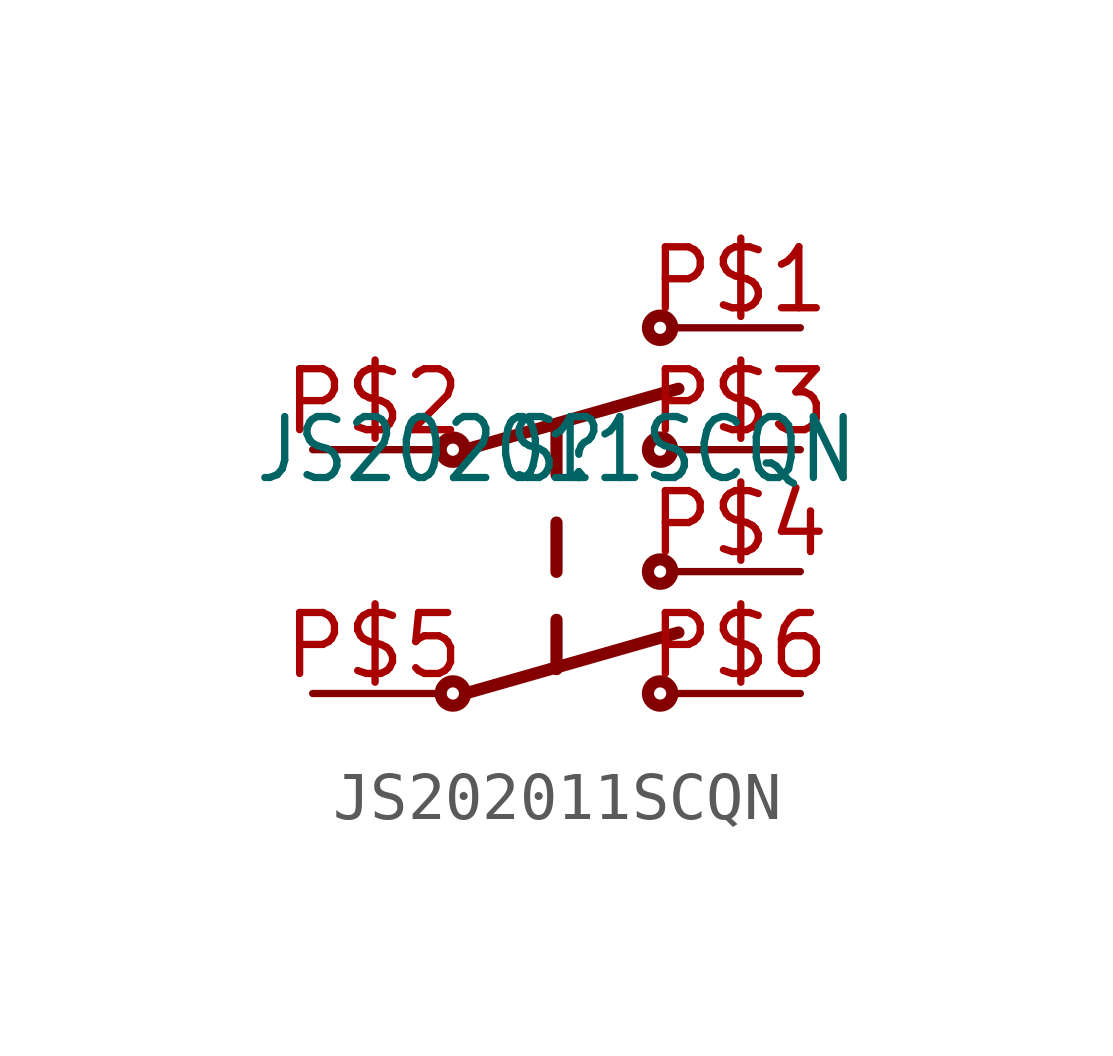
<source format=kicad_sym>
(kicad_symbol_lib
  (version 20211014)
  (generator kicad_symbol_editor)
  (symbol "JS202011SCQN"
    (pin_names
      (offset 1.016) hide)
    (property "Reference" "S"
      (at 0 0 0)
      (effects (font (size 1.27 1.086))))
    (property "Value" "JS202011SCQN"
      (at 0 0 0)
      (effects (font (size 1.27 1.086))))
    (symbol "JS202011SCQN_0_0")
    (symbol "JS202011SCQN_0_1"
      (polyline (pts (xy -1.905 0.0) (xy 2.54 1.27)) (stroke (width 0.254) (type default) (color 0 0 0 0)))
      (polyline (pts (xy -1.905 -5.08) (xy 2.54 -3.81)) (stroke (width 0.254) (type default) (color 0 0 0 0)))
      (polyline (pts (xy 0.0 0.508) (xy 0.0 -0.519)) (stroke (width 0.254) (type default) (color 0 0 0 0)))
      (polyline (pts (xy 0.0 -1.519) (xy 0.0 -2.545)) (stroke (width 0.254) (type default) (color 0 0 0 0)))
      (polyline (pts (xy 0.0 -3.545) (xy 0.0 -4.572)) (stroke (width 0.254) (type default) (color 0 0 0 0)))
      (circle (center -2.159 0) (radius 0.254) (stroke (width 0.254) (type default) (color 0 0 0 0)))
      (circle (center 2.159 2.54) (radius 0.254) (stroke (width 0.254) (type default) (color 0 0 0 0)))
      (circle (center 2.159 0) (radius 0.254) (stroke (width 0.254) (type default) (color 0 0 0 0)))
      (circle (center -2.159 -5.08) (radius 0.254) (stroke (width 0.254) (type default) (color 0 0 0 0)))
      (circle (center 2.159 -2.54) (radius 0.254) (stroke (width 0.254) (type default) (color 0 0 0 0)))
      (circle (center 2.159 -5.08) (radius 0.254) (stroke (width 0.254) (type default) (color 0 0 0 0))))
    (symbol "JS202011SCQN_1_1"
      (pin bidirectional line (at -5.08 0 0) (length 2.54) (name "P$1" (effects (font (size 1.27 1.086)))) (number "P$2" (effects (font (size 1.27 1.086)))))
      (pin bidirectional line (at 5.08 2.54 180) (length 2.54) (name "P$2" (effects (font (size 1.27 1.086)))) (number "P$1" (effects (font (size 1.27 1.086)))))
      (pin bidirectional line (at 5.08 0 180) (length 2.54) (name "P$3" (effects (font (size 1.27 1.086)))) (number "P$3" (effects (font (size 1.27 1.086)))))
      (pin bidirectional line (at -5.08 -5.08 0) (length 2.54) (name "P$4" (effects (font (size 1.27 1.086)))) (number "P$5" (effects (font (size 1.27 1.086)))))
      (pin bidirectional line (at 5.08 -2.54 180) (length 2.54) (name "P$5" (effects (font (size 1.27 1.086)))) (number "P$4" (effects (font (size 1.27 1.086)))))
      (pin bidirectional line (at 5.08 -5.08 180) (length 2.54) (name "P$6" (effects (font (size 1.27 1.086)))) (number "P$6" (effects (font (size 1.27 1.086))))))))
</source>
